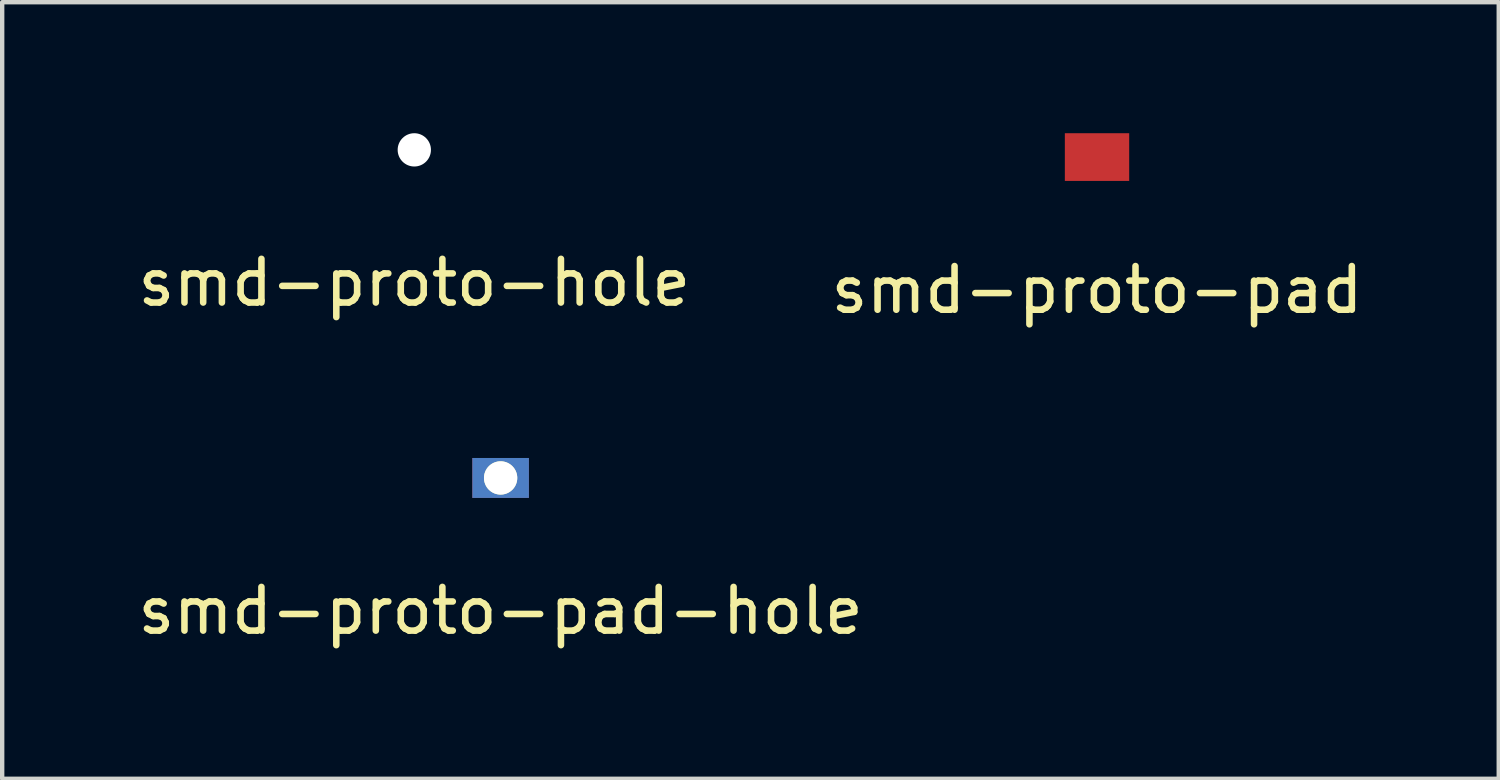
<source format=kicad_pcb>
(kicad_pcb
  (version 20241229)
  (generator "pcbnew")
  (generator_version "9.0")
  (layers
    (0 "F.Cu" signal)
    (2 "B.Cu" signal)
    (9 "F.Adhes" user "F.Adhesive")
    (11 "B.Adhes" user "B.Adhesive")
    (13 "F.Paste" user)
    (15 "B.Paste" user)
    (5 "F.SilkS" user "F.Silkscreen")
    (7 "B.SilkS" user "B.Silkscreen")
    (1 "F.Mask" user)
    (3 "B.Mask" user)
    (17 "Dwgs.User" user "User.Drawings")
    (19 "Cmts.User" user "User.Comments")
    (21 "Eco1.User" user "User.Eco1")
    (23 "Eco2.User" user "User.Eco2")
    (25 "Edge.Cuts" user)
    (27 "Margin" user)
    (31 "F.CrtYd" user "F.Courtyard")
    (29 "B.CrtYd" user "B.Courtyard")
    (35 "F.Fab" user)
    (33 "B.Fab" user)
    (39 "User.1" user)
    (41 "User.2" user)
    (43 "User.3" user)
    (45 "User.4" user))
  (footprint "smd-proto-pad"
    (layer "F.Cu")
    (at 22.065 0.546)
    (property "Reference" "smd-proto-pad" (at 0 3.04 0) (layer "F.SilkS") (effects (font (size 1 1) (thickness 0.15))))
    (attr exclude_from_pos_files exclude_from_bom)
    (pad "1" connect rect (at 0 0) (size 1.473 1.092) (layers "F.Cu" "F.Mask")))
  (footprint "smd-proto-pad-hole"
    (layer "F.Cu")
    (at 8.411 7.892)
    (property "Reference" "smd-proto-pad-hole" (at 0 3.04 0) (layer "F.SilkS") (effects (font (size 1 1) (thickness 0.15))))
    (attr exclude_from_pos_files exclude_from_bom)
    (pad "" np_thru_hole circle (at 0 0) (size 0.762 0.762) (drill 0.762) (layers "*.Cu" "*.Mask" "F.SilkS"))
    (pad "1" connect rect (at 0 0) (size 1.295 0.914) (layers "F.Cu" "F.Mask"))
    (pad "2" connect rect (at 0 0) (size 1.295 0.914) (layers "B.Cu" "B.Mask")))
  (footprint "smd-proto-hole"
    (layer "F.Cu")
    (at 6.435 0.381)
    (property "Reference" "smd-proto-hole" (at 0 3.04 0) (layer "F.SilkS") (effects (font (size 1 1) (thickness 0.15))))
    (attr through_hole)
    (pad "" np_thru_hole circle (at 0 0) (size 0.762 0.762) (drill 0.762) (layers "*.Cu")))
  (gr_rect
    (start -3 -3)
    (end 31.262 14.78)
    (stroke (width 0.1) (type default))
    (fill no)
    (layer "Edge.Cuts")))
</source>
